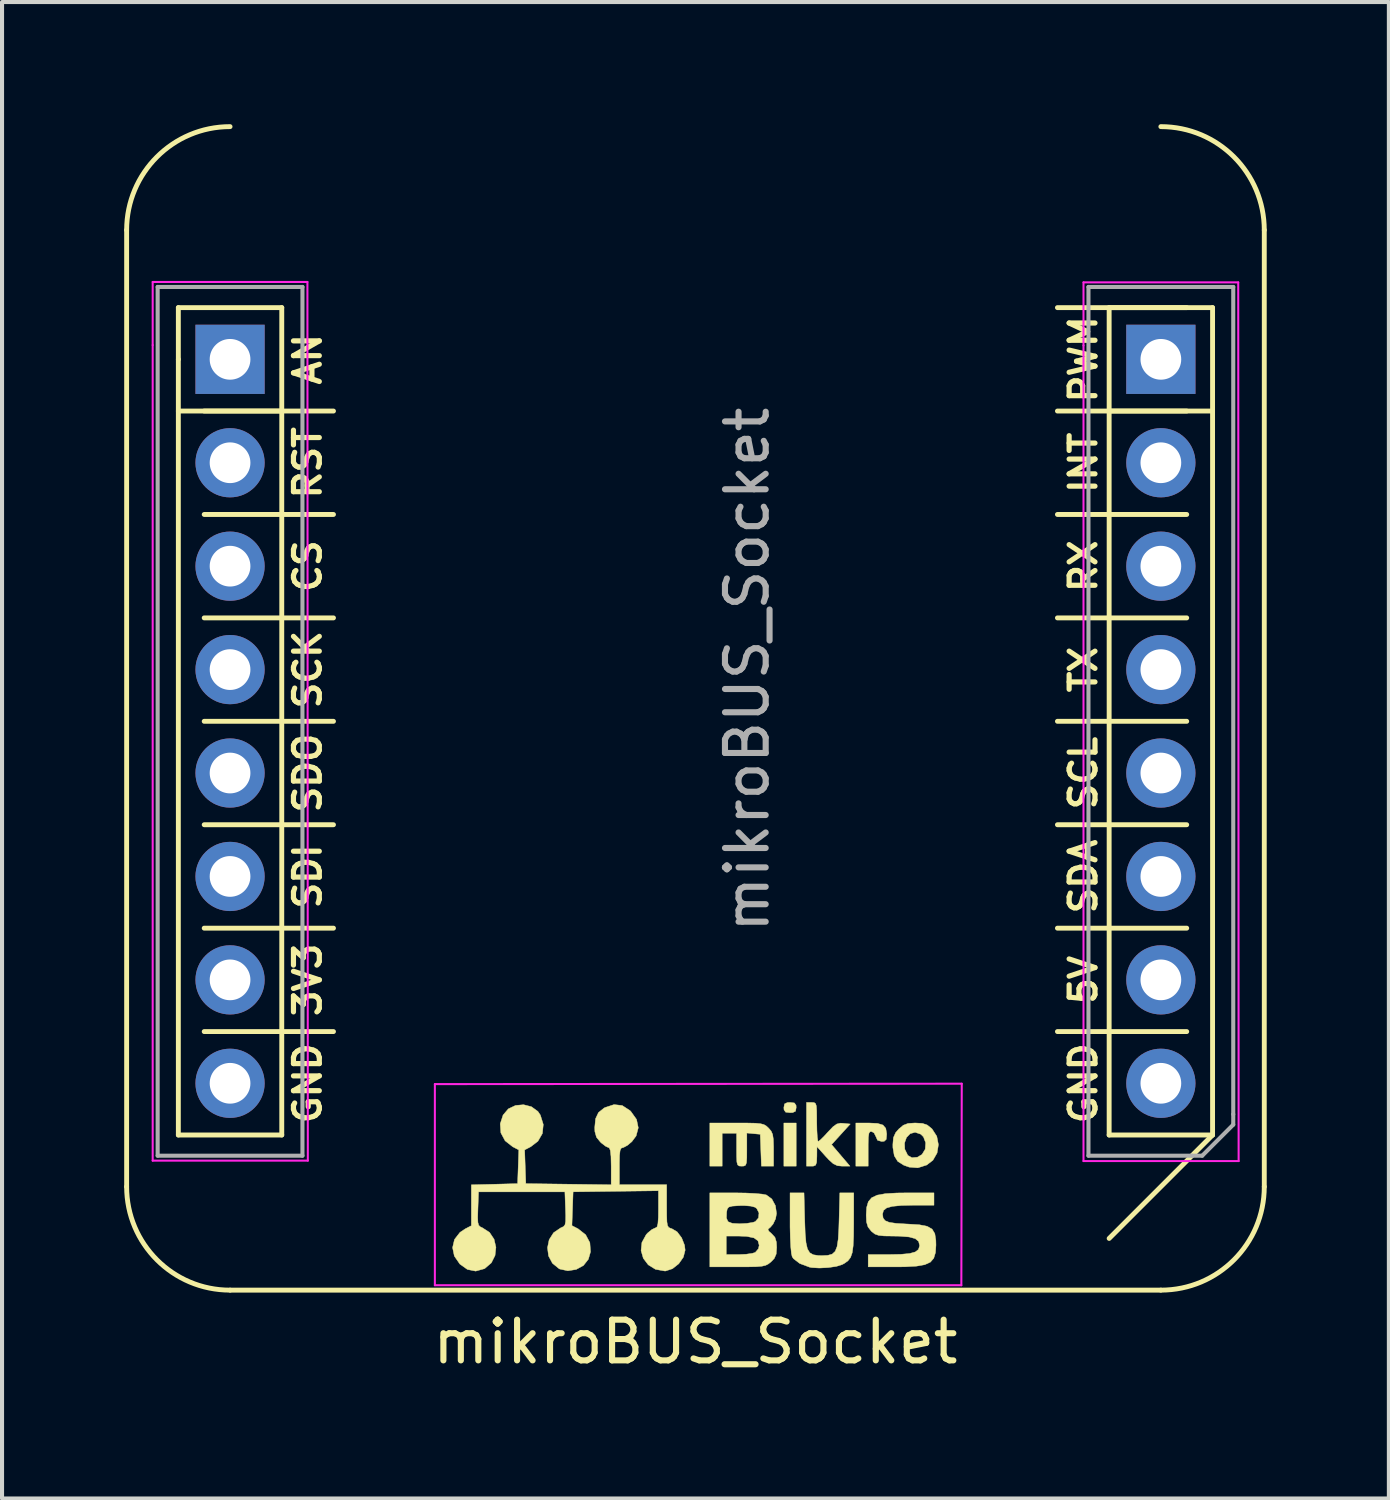
<source format=kicad_pcb>
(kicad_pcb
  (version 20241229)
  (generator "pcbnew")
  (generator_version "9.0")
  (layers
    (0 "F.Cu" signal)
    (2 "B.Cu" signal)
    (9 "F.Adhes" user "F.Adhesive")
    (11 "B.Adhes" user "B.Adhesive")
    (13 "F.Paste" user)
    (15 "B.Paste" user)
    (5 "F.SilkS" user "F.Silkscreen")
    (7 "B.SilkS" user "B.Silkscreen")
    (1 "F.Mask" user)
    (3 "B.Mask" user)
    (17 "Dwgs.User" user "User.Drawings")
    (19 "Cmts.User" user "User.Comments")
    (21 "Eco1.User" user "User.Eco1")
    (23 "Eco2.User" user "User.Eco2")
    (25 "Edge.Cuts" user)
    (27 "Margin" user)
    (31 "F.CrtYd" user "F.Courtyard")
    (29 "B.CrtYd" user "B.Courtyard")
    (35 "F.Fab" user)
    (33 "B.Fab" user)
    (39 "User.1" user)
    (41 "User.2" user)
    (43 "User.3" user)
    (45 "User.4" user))
  (footprint "mikroBUS_Socket"
    (layer "F.Cu")
    (at 25.46 23.555)
    (property "Reference" "mikroBUS_Socket" (at -11.43 6.35 180) (layer "F.SilkS") (effects (font (size 1 1) (thickness 0.15))))
    (attr through_hole)
    (fp_line (start -25.4 -20.955) (end -25.4 2.54) (stroke (width 0.12) (type solid)) (layer "F.SilkS"))
    (fp_line (start -24.13 -19.05) (end -21.59 -19.05) (stroke (width 0.12) (type solid)) (layer "F.SilkS"))
    (fp_line (start -24.13 -17.78) (end -24.13 -19.05) (stroke (width 0.12) (type solid)) (layer "F.SilkS"))
    (fp_line (start -24.13 -16.51) (end -21.59 -16.51) (stroke (width 0.12) (type solid)) (layer "F.SilkS"))
    (fp_line (start -24.13 1.27) (end -24.13 -17.78) (stroke (width 0.12) (type solid)) (layer "F.SilkS"))
    (fp_line (start -23.495 -16.51) (end -20.32 -16.51) (stroke (width 0.12) (type solid)) (layer "F.SilkS"))
    (fp_line (start -23.495 -13.97) (end -20.32 -13.97) (stroke (width 0.12) (type solid)) (layer "F.SilkS"))
    (fp_line (start -23.495 -11.43) (end -20.32 -11.43) (stroke (width 0.12) (type solid)) (layer "F.SilkS"))
    (fp_line (start -23.495 -8.89) (end -20.32 -8.89) (stroke (width 0.12) (type solid)) (layer "F.SilkS"))
    (fp_line (start -23.495 -6.35) (end -20.32 -6.35) (stroke (width 0.12) (type solid)) (layer "F.SilkS"))
    (fp_line (start -23.495 -3.81) (end -20.32 -3.81) (stroke (width 0.12) (type solid)) (layer "F.SilkS"))
    (fp_line (start -23.495 -1.27) (end -20.32 -1.27) (stroke (width 0.12) (type solid)) (layer "F.SilkS"))
    (fp_line (start -21.59 -19.05) (end -21.59 1.27) (stroke (width 0.12) (type solid)) (layer "F.SilkS"))
    (fp_line (start -21.59 1.27) (end -24.13 1.27) (stroke (width 0.12) (type solid)) (layer "F.SilkS"))
    (fp_line (start -1.27 -19.05) (end 1.27 -19.05) (stroke (width 0.12) (type solid)) (layer "F.SilkS"))
    (fp_line (start -1.27 -16.51) (end 1.27 -16.51) (stroke (width 0.12) (type solid)) (layer "F.SilkS"))
    (fp_line (start -1.27 1.27) (end -1.27 -19.05) (stroke (width 0.12) (type solid)) (layer "F.SilkS"))
    (fp_line (start 0 5.08) (end -22.86 5.08) (stroke (width 0.12) (type solid)) (layer "F.SilkS"))
    (fp_line (start 0.635 -19.05) (end -2.54 -19.05) (stroke (width 0.12) (type solid)) (layer "F.SilkS"))
    (fp_line (start 0.635 -16.51) (end -2.54 -16.51) (stroke (width 0.12) (type solid)) (layer "F.SilkS"))
    (fp_line (start 0.635 -13.97) (end -2.54 -13.97) (stroke (width 0.12) (type solid)) (layer "F.SilkS"))
    (fp_line (start 0.635 -11.43) (end -2.54 -11.43) (stroke (width 0.12) (type solid)) (layer "F.SilkS"))
    (fp_line (start 0.635 -8.89) (end -2.54 -8.89) (stroke (width 0.12) (type solid)) (layer "F.SilkS"))
    (fp_line (start 0.635 -6.35) (end -2.54 -6.35) (stroke (width 0.12) (type solid)) (layer "F.SilkS"))
    (fp_line (start 0.635 -3.81) (end -2.54 -3.81) (stroke (width 0.12) (type solid)) (layer "F.SilkS"))
    (fp_line (start 0.635 -1.27) (end -2.54 -1.27) (stroke (width 0.12) (type solid)) (layer "F.SilkS"))
    (fp_line (start 1.27 -19.05) (end 1.27 1.27) (stroke (width 0.12) (type solid)) (layer "F.SilkS"))
    (fp_line (start 1.27 1.27) (end -1.27 1.27) (stroke (width 0.12) (type solid)) (layer "F.SilkS"))
    (fp_line (start 1.27 1.27) (end -1.27 3.81) (stroke (width 0.12) (type solid)) (layer "F.SilkS"))
    (fp_line (start 2.54 -20.955) (end 2.54 2.54) (stroke (width 0.12) (type solid)) (layer "F.SilkS"))
    (fp_arc (start -25.4 -20.955) (mid -24.656051 -22.751051) (end -22.86 -23.495) (stroke (width 0.12) (type solid)) (layer "F.SilkS"))
    (fp_arc (start -22.86 5.08) (mid -24.656051 4.336051) (end -25.4 2.54) (stroke (width 0.12) (type solid)) (layer "F.SilkS"))
    (fp_arc (start 0 -23.495) (mid 1.796051 -22.751051) (end 2.54 -20.955) (stroke (width 0.12) (type solid)) (layer "F.SilkS"))
    (fp_arc (start 2.54 2.54) (mid 1.796051 4.336051) (end 0 5.08) (stroke (width 0.12) (type solid)) (layer "F.SilkS"))
    (fp_poly (pts (xy -8.956 2.035) (xy -9.259 2.035) (xy -9.259 0.975) (xy -8.956 0.975) (xy -8.956 2.035)) (stroke (width 0.01) (type solid)) (fill yes) (layer "F.SilkS"))
    (fp_poly (pts (xy -8.999 0.483) (xy -8.959 0.541) (xy -8.956 0.596) (xy -8.972 0.686) (xy -9.041 0.719) (xy -9.107 0.722) (xy -9.215 0.709) (xy -9.255 0.651) (xy -9.259 0.596) (xy -9.242 0.506) (xy -9.173 0.473) (xy -9.107 0.47) (xy -8.999 0.483)) (stroke (width 0.01) (type solid)) (fill yes) (layer "F.SilkS"))
    (fp_poly (pts (xy -6.958 0.985) (xy -6.825 1.025) (xy -6.756 1.105) (xy -6.734 1.237) (xy -6.734 1.262) (xy -6.745 1.378) (xy -6.793 1.423) (xy -6.857 1.429) (xy -6.959 1.399) (xy -6.995 1.316) (xy -7.043 1.22) (xy -7.1 1.186) (xy -7.143 1.188) (xy -7.169 1.227) (xy -7.183 1.321) (xy -7.188 1.488) (xy -7.188 1.602) (xy -7.188 2.035) (xy -7.491 2.035) (xy -7.491 0.975) (xy -7.173 0.975) (xy -6.958 0.985)) (stroke (width 0.01) (type solid)) (fill yes) (layer "F.SilkS"))
    (fp_poly (pts (xy -10.148 0.976) (xy -9.959 0.98) (xy -9.833 0.992) (xy -9.749 1.014) (xy -9.689 1.049) (xy -9.635 1.099) (xy -9.572 1.172) (xy -9.535 1.255) (xy -9.517 1.375) (xy -9.511 1.56) (xy -9.511 1.629) (xy -9.511 2.035) (xy -9.81 2.035) (xy -9.839 1.252) (xy -10.003 1.237) (xy -10.168 1.221) (xy -10.168 1.628) (xy -10.169 1.829) (xy -10.177 1.95) (xy -10.199 2.011) (xy -10.24 2.032) (xy -10.294 2.035) (xy -10.356 2.031) (xy -10.394 2.004) (xy -10.413 1.934) (xy -10.419 1.801) (xy -10.42 1.631) (xy -10.42 1.227) (xy -10.774 1.227) (xy -10.774 2.035) (xy -11.077 2.035) (xy -11.077 0.975) (xy -10.418 0.975) (xy -10.148 0.976)) (stroke (width 0.01) (type solid)) (fill yes) (layer "F.SilkS"))
    (fp_poly (pts (xy -8.518 0.473) (xy -8.482 0.496) (xy -8.461 0.556) (xy -8.453 0.674) (xy -8.451 0.868) (xy -8.451 0.949) (xy -8.447 1.155) (xy -8.438 1.317) (xy -8.425 1.413) (xy -8.416 1.429) (xy -8.366 1.394) (xy -8.273 1.303) (xy -8.176 1.197) (xy -8.052 1.067) (xy -7.959 1) (xy -7.868 0.979) (xy -7.799 0.983) (xy -7.628 1) (xy -8.087 1.505) (xy -7.861 1.77) (xy -7.635 2.035) (xy -7.825 2.035) (xy -7.943 2.024) (xy -8.042 1.978) (xy -8.152 1.88) (xy -8.231 1.795) (xy -8.446 1.555) (xy -8.448 1.795) (xy -8.454 1.94) (xy -8.479 2.011) (xy -8.535 2.034) (xy -8.577 2.035) (xy -8.703 2.035) (xy -8.703 0.47) (xy -8.577 0.47) (xy -8.518 0.473)) (stroke (width 0.01) (type solid)) (fill yes) (layer "F.SilkS"))
    (fp_poly (pts (xy -8.746 3.371) (xy -8.735 3.686) (xy -8.715 3.913) (xy -8.68 4.067) (xy -8.623 4.161) (xy -8.536 4.211) (xy -8.414 4.23) (xy -8.324 4.232) (xy -8.178 4.225) (xy -8.072 4.195) (xy -7.999 4.128) (xy -7.952 4.01) (xy -7.924 3.827) (xy -7.909 3.565) (xy -7.903 3.371) (xy -7.885 2.691) (xy -7.542 2.691) (xy -7.543 3.436) (xy -7.546 3.757) (xy -7.557 3.993) (xy -7.58 4.161) (xy -7.621 4.277) (xy -7.684 4.359) (xy -7.773 4.423) (xy -7.827 4.452) (xy -7.97 4.497) (xy -8.171 4.526) (xy -8.386 4.537) (xy -8.573 4.526) (xy -8.627 4.516) (xy -8.868 4.426) (xy -9.023 4.307) (xy -9.055 4.259) (xy -9.074 4.176) (xy -9.09 4.012) (xy -9.101 3.789) (xy -9.107 3.528) (xy -9.107 3.427) (xy -9.107 2.691) (xy -8.764 2.691) (xy -8.746 3.371)) (stroke (width 0.01) (type solid)) (fill yes) (layer "F.SilkS"))
    (fp_poly (pts (xy -5.854 0.985) (xy -5.737 1.025) (xy -5.628 1.113) (xy -5.619 1.122) (xy -5.503 1.301) (xy -5.463 1.507) (xy -5.496 1.712) (xy -5.598 1.89) (xy -5.751 2.007) (xy -5.969 2.076) (xy -6.181 2.059) (xy -6.313 2.012) (xy -6.462 1.918) (xy -6.547 1.781) (xy -6.581 1.579) (xy -6.582 1.504) (xy -6.579 1.465) (xy -6.295 1.465) (xy -6.289 1.618) (xy -6.215 1.77) (xy -6.215 1.77) (xy -6.114 1.827) (xy -5.981 1.816) (xy -5.867 1.749) (xy -5.787 1.618) (xy -5.776 1.46) (xy -5.831 1.315) (xy -5.897 1.25) (xy -6.035 1.203) (xy -6.156 1.237) (xy -6.247 1.331) (xy -6.295 1.465) (xy -6.579 1.465) (xy -6.568 1.334) (xy -6.513 1.211) (xy -6.435 1.122) (xy -6.325 1.03) (xy -6.21 0.986) (xy -6.043 0.975) (xy -6.027 0.975) (xy -5.854 0.985)) (stroke (width 0.01) (type solid)) (fill yes) (layer "F.SilkS"))
    (fp_poly (pts (xy -5.572 2.994) (xy -6.074 2.994) (xy -6.378 3.001) (xy -6.595 3.022) (xy -6.735 3.061) (xy -6.811 3.122) (xy -6.835 3.209) (xy -6.835 3.214) (xy -6.822 3.308) (xy -6.773 3.373) (xy -6.673 3.415) (xy -6.505 3.44) (xy -6.254 3.455) (xy -6.212 3.457) (xy -5.933 3.474) (xy -5.74 3.512) (xy -5.618 3.581) (xy -5.551 3.693) (xy -5.526 3.858) (xy -5.523 3.972) (xy -5.535 4.157) (xy -5.577 4.295) (xy -5.66 4.392) (xy -5.798 4.455) (xy -6.003 4.491) (xy -6.288 4.507) (xy -6.528 4.509) (xy -7.188 4.509) (xy -7.188 4.206) (xy -6.687 4.206) (xy -6.384 4.2) (xy -6.169 4.18) (xy -6.029 4.141) (xy -5.953 4.081) (xy -5.926 3.995) (xy -5.926 3.979) (xy -5.95 3.882) (xy -6.032 3.815) (xy -6.183 3.774) (xy -6.414 3.755) (xy -6.588 3.752) (xy -6.796 3.749) (xy -6.931 3.735) (xy -7.022 3.703) (xy -7.095 3.647) (xy -7.115 3.628) (xy -7.192 3.529) (xy -7.229 3.408) (xy -7.237 3.237) (xy -7.226 3.049) (xy -7.185 2.909) (xy -7.103 2.811) (xy -6.967 2.747) (xy -6.764 2.71) (xy -6.482 2.694) (xy -6.232 2.691) (xy -5.572 2.691) (xy -5.572 2.994)) (stroke (width 0.01) (type solid)) (fill yes) (layer "F.SilkS"))
    (fp_poly (pts (xy -10.194 2.695) (xy -9.966 2.706) (xy -9.79 2.722) (xy -9.689 2.742) (xy -9.689 2.742) (xy -9.554 2.842) (xy -9.466 3.005) (xy -9.439 3.196) (xy -9.462 3.327) (xy -9.523 3.456) (xy -9.595 3.541) (xy -9.602 3.545) (xy -9.649 3.585) (xy -9.628 3.633) (xy -9.56 3.693) (xy -9.478 3.782) (xy -9.442 3.9) (xy -9.435 4.03) (xy -9.447 4.193) (xy -9.495 4.303) (xy -9.577 4.388) (xy -9.64 4.437) (xy -9.707 4.471) (xy -9.797 4.492) (xy -9.929 4.504) (xy -10.124 4.508) (xy -10.398 4.509) (xy -11.077 4.509) (xy -11.077 3.752) (xy -10.673 3.752) (xy -10.673 4.206) (xy -10.366 4.206) (xy -10.185 4.198) (xy -10.033 4.176) (xy -9.962 4.154) (xy -9.884 4.064) (xy -9.865 3.979) (xy -9.895 3.868) (xy -9.993 3.797) (xy -10.17 3.76) (xy -10.366 3.752) (xy -10.673 3.752) (xy -11.077 3.752) (xy -11.077 3.313) (xy -10.669 3.313) (xy -10.629 3.399) (xy -10.525 3.439) (xy -10.343 3.449) (xy -10.167 3.44) (xy -10.02 3.416) (xy -9.962 3.397) (xy -9.882 3.306) (xy -9.87 3.184) (xy -9.925 3.075) (xy -9.967 3.044) (xy -10.073 3.016) (xy -10.237 3.003) (xy -10.358 3.005) (xy -10.522 3.016) (xy -10.61 3.039) (xy -10.649 3.085) (xy -10.664 3.163) (xy -10.669 3.313) (xy -11.077 3.313) (xy -11.077 2.691) (xy -10.449 2.691) (xy -10.194 2.695)) (stroke (width 0.01) (type solid)) (fill yes) (layer "F.SilkS"))
    (fp_poly (pts (xy -13.228 0.546) (xy -13.039 0.669) (xy -13.016 0.692) (xy -12.877 0.887) (xy -12.834 1.092) (xy -12.887 1.292) (xy -12.992 1.433) (xy -13.103 1.526) (xy -13.199 1.577) (xy -13.219 1.581) (xy -13.257 1.596) (xy -13.281 1.653) (xy -13.294 1.771) (xy -13.298 1.968) (xy -13.298 2.035) (xy -13.298 2.49) (xy -12.137 2.49) (xy -12.137 3.014) (xy -12.136 3.249) (xy -12.131 3.402) (xy -12.116 3.492) (xy -12.088 3.539) (xy -12.042 3.562) (xy -12.009 3.571) (xy -11.879 3.649) (xy -11.769 3.795) (xy -11.698 3.976) (xy -11.683 4.098) (xy -11.727 4.27) (xy -11.84 4.432) (xy -11.995 4.554) (xy -12.164 4.61) (xy -12.185 4.61) (xy -12.412 4.569) (xy -12.59 4.458) (xy -12.711 4.298) (xy -12.766 4.108) (xy -12.745 3.908) (xy -12.641 3.718) (xy -12.604 3.677) (xy -12.5 3.591) (xy -12.415 3.551) (xy -12.408 3.55) (xy -12.373 3.526) (xy -12.352 3.444) (xy -12.341 3.289) (xy -12.339 3.094) (xy -12.339 2.639) (xy -14.435 2.666) (xy -14.449 3.081) (xy -14.464 3.495) (xy -14.313 3.573) (xy -14.127 3.719) (xy -14.023 3.914) (xy -14.007 4.138) (xy -14.06 4.322) (xy -14.181 4.475) (xy -14.359 4.572) (xy -14.564 4.605) (xy -14.762 4.562) (xy -14.779 4.554) (xy -14.943 4.42) (xy -15.038 4.241) (xy -15.064 4.039) (xy -15.023 3.841) (xy -14.915 3.67) (xy -14.742 3.552) (xy -14.729 3.547) (xy -14.669 3.518) (xy -14.634 3.474) (xy -14.619 3.392) (xy -14.617 3.248) (xy -14.622 3.083) (xy -14.637 2.666) (xy -16.757 2.666) (xy -16.772 3.083) (xy -16.778 3.289) (xy -16.773 3.416) (xy -16.753 3.487) (xy -16.713 3.526) (xy -16.665 3.547) (xy -16.488 3.661) (xy -16.376 3.829) (xy -16.33 4.027) (xy -16.352 4.229) (xy -16.443 4.41) (xy -16.603 4.548) (xy -16.615 4.554) (xy -16.827 4.613) (xy -17.031 4.572) (xy -17.217 4.439) (xy -17.352 4.243) (xy -17.395 4.036) (xy -17.348 3.835) (xy -17.214 3.662) (xy -17.083 3.574) (xy -16.934 3.497) (xy -16.934 2.493) (xy -16.366 2.479) (xy -15.798 2.464) (xy -15.783 2.05) (xy -15.769 1.636) (xy -15.919 1.558) (xy -16.105 1.412) (xy -16.209 1.218) (xy -16.225 0.996) (xy -16.155 0.78) (xy -16.026 0.628) (xy -15.849 0.544) (xy -15.651 0.526) (xy -15.459 0.575) (xy -15.3 0.69) (xy -15.239 0.78) (xy -15.167 1.012) (xy -15.189 1.233) (xy -15.299 1.423) (xy -15.475 1.558) (xy -15.625 1.636) (xy -15.596 2.464) (xy -14.548 2.478) (xy -13.5 2.492) (xy -13.5 2.036) (xy -13.505 1.795) (xy -13.521 1.647) (xy -13.549 1.584) (xy -13.561 1.581) (xy -13.634 1.548) (xy -13.738 1.468) (xy -13.763 1.445) (xy -13.861 1.325) (xy -13.9 1.187) (xy -13.904 1.088) (xy -13.883 0.869) (xy -13.812 0.718) (xy -13.676 0.609) (xy -13.653 0.596) (xy -13.43 0.523) (xy -13.228 0.546)) (stroke (width 0.01) (type solid)) (fill yes) (layer "F.SilkS"))
    (fp_line (start -24.76 -19.68) (end -20.96 -19.68) (stroke (width 0.05) (type solid)) (layer "F.CrtYd"))
    (fp_line (start -24.76 -18.13) (end -24.76 -19.68) (stroke (width 0.05) (type solid)) (layer "F.CrtYd"))
    (fp_line (start -24.76 1.9) (end -24.76 -18.13) (stroke (width 0.05) (type solid)) (layer "F.CrtYd"))
    (fp_line (start -20.96 -19.68) (end -20.95 1.9) (stroke (width 0.05) (type solid)) (layer "F.CrtYd"))
    (fp_line (start -20.95 1.9) (end -24.76 1.9) (stroke (width 0.05) (type solid)) (layer "F.CrtYd"))
    (fp_line (start -17.83 0.02) (end -17.83 4.96) (stroke (width 0.05) (type solid)) (layer "F.CrtYd"))
    (fp_line (start -17.83 4.96) (end -4.9 4.96) (stroke (width 0.05) (type solid)) (layer "F.CrtYd"))
    (fp_line (start -4.9 4.96) (end -4.89 0.01) (stroke (width 0.05) (type solid)) (layer "F.CrtYd"))
    (fp_line (start -4.89 0.01) (end -17.83 0.02) (stroke (width 0.05) (type solid)) (layer "F.CrtYd"))
    (fp_line (start -1.9 -19.67) (end 1.9 -19.67) (stroke (width 0.05) (type solid)) (layer "F.CrtYd"))
    (fp_line (start -1.9 -18.12) (end -1.9 -19.67) (stroke (width 0.05) (type solid)) (layer "F.CrtYd"))
    (fp_line (start -1.9 1.91) (end -1.9 -18.12) (stroke (width 0.05) (type solid)) (layer "F.CrtYd"))
    (fp_line (start 1.9 -19.67) (end 1.91 1.91) (stroke (width 0.05) (type solid)) (layer "F.CrtYd"))
    (fp_line (start 1.91 1.91) (end -1.9 1.91) (stroke (width 0.05) (type solid)) (layer "F.CrtYd"))
    (fp_line (start -24.638 -19.558) (end -21.082 -19.558) (stroke (width 0.1) (type solid)) (layer "F.Fab"))
    (fp_line (start -24.638 1.778) (end -24.638 -19.558) (stroke (width 0.1) (type solid)) (layer "F.Fab"))
    (fp_line (start -21.082 -19.558) (end -21.082 1.778) (stroke (width 0.1) (type solid)) (layer "F.Fab"))
    (fp_line (start -21.082 1.778) (end -24.638 1.778) (stroke (width 0.1) (type solid)) (layer "F.Fab"))
    (fp_line (start -1.778 -19.558) (end -1.778 1.778) (stroke (width 0.1) (type solid)) (layer "F.Fab"))
    (fp_line (start -1.778 1.778) (end 0.762 1.778) (stroke (width 0.1) (type solid)) (layer "F.Fab"))
    (fp_line (start 0.762 1.778) (end 1.016 1.778) (stroke (width 0.1) (type solid)) (layer "F.Fab"))
    (fp_line (start 1.016 1.778) (end 1.778 1.016) (stroke (width 0.1) (type solid)) (layer "F.Fab"))
    (fp_line (start 1.778 -19.558) (end -1.778 -19.558) (stroke (width 0.1) (type solid)) (layer "F.Fab"))
    (fp_line (start 1.778 0.762) (end 1.778 -19.558) (stroke (width 0.1) (type solid)) (layer "F.Fab"))
    (fp_line (start 1.778 1.016) (end 1.778 0.762) (stroke (width 0.1) (type solid)) (layer "F.Fab"))
    (fp_text user "SDO" (at -20.955 -7.62 90) (layer "F.SilkS") (effects (font (size 0.635 0.635) (thickness 0.127))))
    (fp_text user "SDA" (at -1.905 -5.08 90) (layer "F.SilkS") (effects (font (size 0.635 0.635) (thickness 0.127))))
    (fp_text user "INT" (at -1.905 -15.24 90) (layer "F.SilkS") (effects (font (size 0.635 0.635) (thickness 0.127))))
    (fp_text user "GND" (at -1.905 0 90) (layer "F.SilkS") (effects (font (size 0.635 0.635) (thickness 0.127))))
    (fp_text user "SDI" (at -20.955 -5.08 90) (layer "F.SilkS") (effects (font (size 0.635 0.635) (thickness 0.127))))
    (fp_text user "SCK" (at -20.955 -10.16 90) (layer "F.SilkS") (effects (font (size 0.635 0.635) (thickness 0.127))))
    (fp_text user "PWM" (at -1.905 -17.78 90) (layer "F.SilkS") (effects (font (size 0.635 0.635) (thickness 0.127))))
    (fp_text user "3V3" (at -20.955 -2.54 90) (layer "F.SilkS") (effects (font (size 0.635 0.635) (thickness 0.127))))
    (fp_text user "RST" (at -20.955 -15.24 90) (layer "F.SilkS") (effects (font (size 0.635 0.635) (thickness 0.127))))
    (fp_text user "TX" (at -1.905 -10.16 90) (layer "F.SilkS") (effects (font (size 0.635 0.635) (thickness 0.127))))
    (fp_text user "SCL" (at -1.905 -7.62 90) (layer "F.SilkS") (effects (font (size 0.635 0.635) (thickness 0.127))))
    (fp_text user "5V" (at -1.905 -2.54 90) (layer "F.SilkS") (effects (font (size 0.635 0.635) (thickness 0.127))))
    (fp_text user "AN" (at -20.955 -17.78 90) (layer "F.SilkS") (effects (font (size 0.635 0.635) (thickness 0.127))))
    (fp_text user "RX" (at -1.905 -12.7 90) (layer "F.SilkS") (effects (font (size 0.635 0.635) (thickness 0.127))))
    (fp_text user "GND" (at -20.955 0 90) (layer "F.SilkS") (effects (font (size 0.635 0.635) (thickness 0.127))))
    (fp_text user "CS" (at -20.955 -12.7 90) (layer "F.SilkS") (effects (font (size 0.635 0.635) (thickness 0.127))))
    (fp_text user "${REFERENCE}" (at -10.16 -10.16 270) (layer "F.Fab") (effects (font (size 1 1) (thickness 0.15))))
    (pad "1" thru_hole circle (at 0 0 90) (size 1.7 1.7) (drill 1) (layers "*.Cu" "*.Mask"))
    (pad "2" thru_hole circle (at 0 -2.54) (size 1.7 1.7) (drill 1) (layers "*.Cu" "*.Mask"))
    (pad "3" thru_hole circle (at 0 -5.08) (size 1.7 1.7) (drill 1) (layers "*.Cu" "*.Mask"))
    (pad "4" thru_hole circle (at 0 -7.62) (size 1.7 1.7) (drill 1) (layers "*.Cu" "*.Mask"))
    (pad "5" thru_hole circle (at 0 -10.16 90) (size 1.7 1.7) (drill 1) (layers "*.Cu" "*.Mask"))
    (pad "6" thru_hole circle (at 0 -12.7) (size 1.7 1.7) (drill 1) (layers "*.Cu" "*.Mask"))
    (pad "7" thru_hole circle (at 0 -15.24) (size 1.7 1.7) (drill 1) (layers "*.Cu" "*.Mask"))
    (pad "8" thru_hole rect (at 0 -17.78) (size 1.7 1.7) (drill 1) (layers "*.Cu" "*.Mask"))
    (pad "9" thru_hole rect (at -22.86 -17.78) (size 1.7 1.7) (drill 1) (layers "*.Cu" "*.Mask"))
    (pad "10" thru_hole circle (at -22.86 -15.24 90) (size 1.7 1.7) (drill 1) (layers "*.Cu" "*.Mask"))
    (pad "11" thru_hole circle (at -22.86 -12.7 90) (size 1.7 1.7) (drill 1) (layers "*.Cu" "*.Mask"))
    (pad "12" thru_hole circle (at -22.86 -10.16) (size 1.7 1.7) (drill 1) (layers "*.Cu" "*.Mask"))
    (pad "13" thru_hole circle (at -22.86 -7.62) (size 1.7 1.7) (drill 1) (layers "*.Cu" "*.Mask"))
    (pad "14" thru_hole circle (at -22.86 -5.08) (size 1.7 1.7) (drill 1) (layers "*.Cu" "*.Mask"))
    (pad "15" thru_hole circle (at -22.86 -2.54) (size 1.7 1.7) (drill 1) (layers "*.Cu" "*.Mask"))
    (pad "16" thru_hole circle (at -22.86 0) (size 1.7 1.7) (drill 1) (layers "*.Cu" "*.Mask")))
  (gr_rect
    (start -3 -3)
    (end 31.06 33.753)
    (stroke (width 0.1) (type default))
    (fill no)
    (layer "Edge.Cuts")))
</source>
